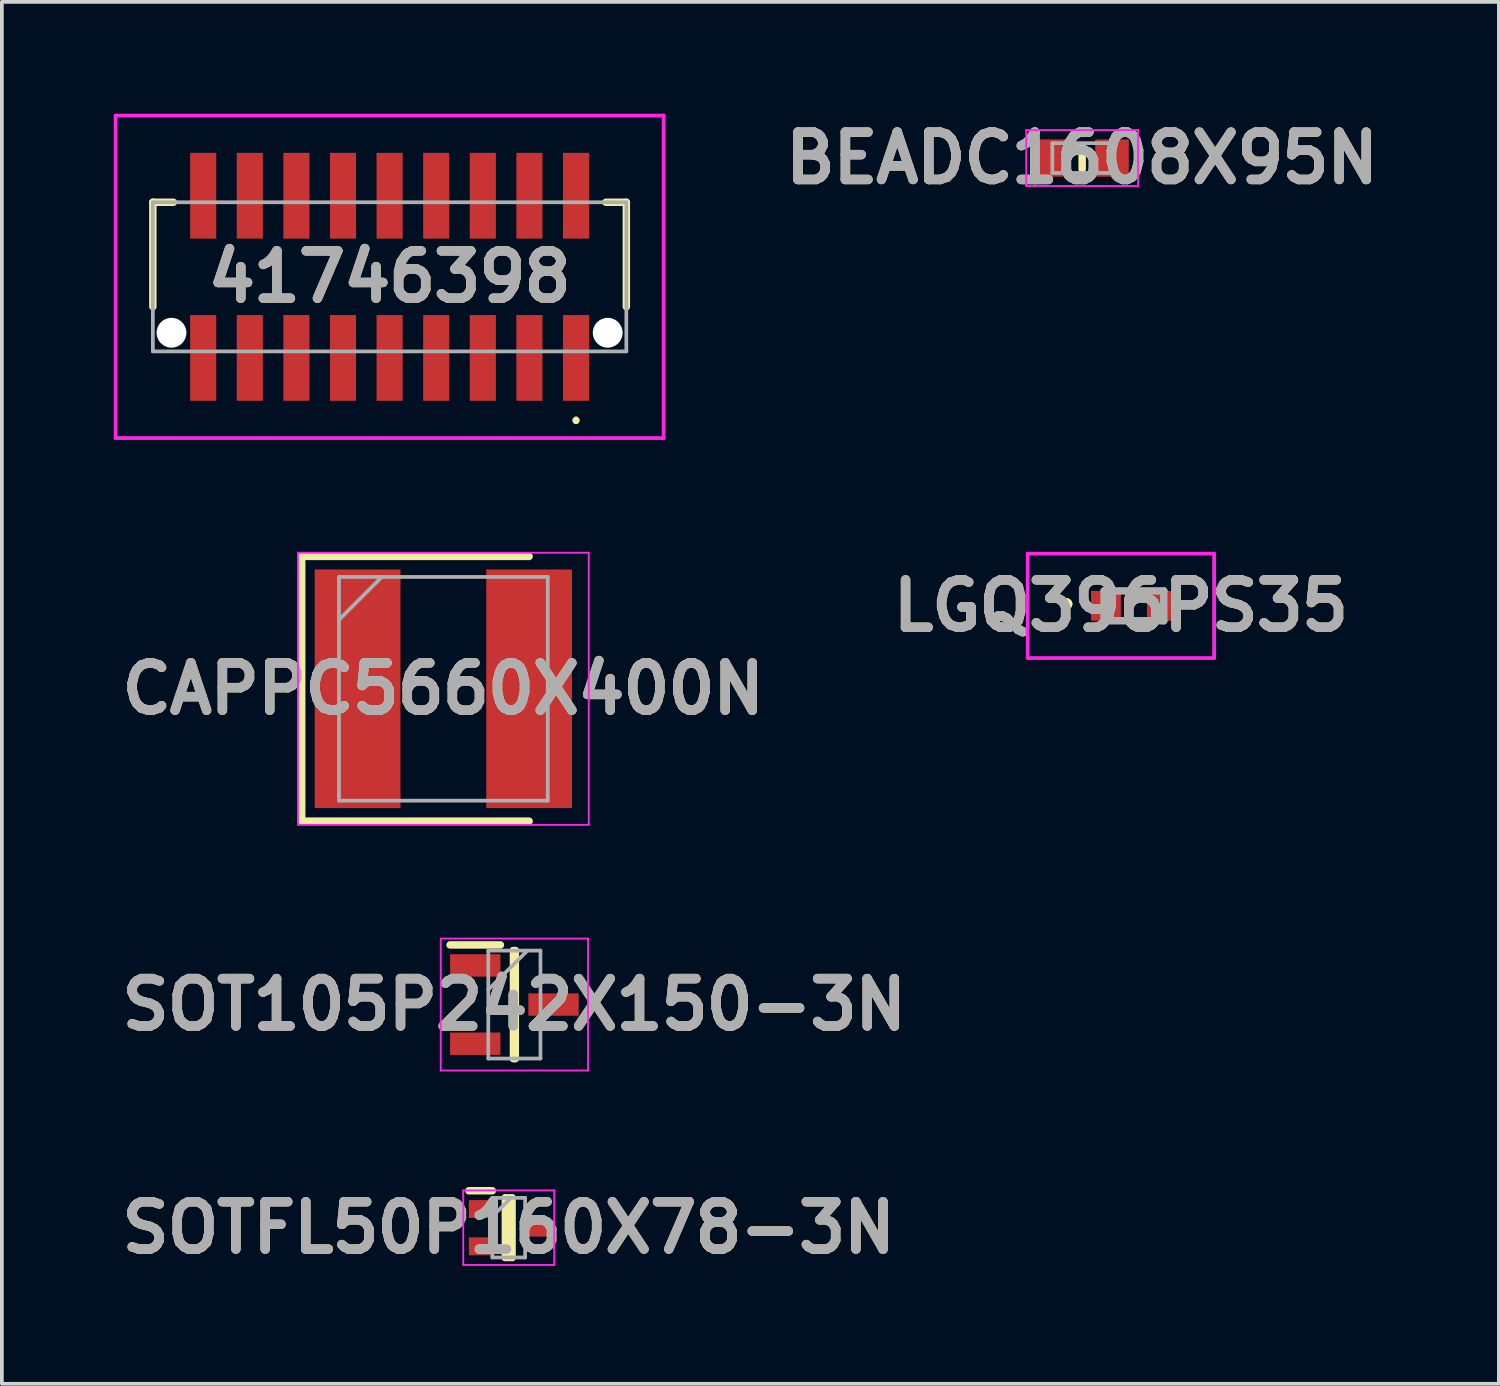
<source format=kicad_pcb>
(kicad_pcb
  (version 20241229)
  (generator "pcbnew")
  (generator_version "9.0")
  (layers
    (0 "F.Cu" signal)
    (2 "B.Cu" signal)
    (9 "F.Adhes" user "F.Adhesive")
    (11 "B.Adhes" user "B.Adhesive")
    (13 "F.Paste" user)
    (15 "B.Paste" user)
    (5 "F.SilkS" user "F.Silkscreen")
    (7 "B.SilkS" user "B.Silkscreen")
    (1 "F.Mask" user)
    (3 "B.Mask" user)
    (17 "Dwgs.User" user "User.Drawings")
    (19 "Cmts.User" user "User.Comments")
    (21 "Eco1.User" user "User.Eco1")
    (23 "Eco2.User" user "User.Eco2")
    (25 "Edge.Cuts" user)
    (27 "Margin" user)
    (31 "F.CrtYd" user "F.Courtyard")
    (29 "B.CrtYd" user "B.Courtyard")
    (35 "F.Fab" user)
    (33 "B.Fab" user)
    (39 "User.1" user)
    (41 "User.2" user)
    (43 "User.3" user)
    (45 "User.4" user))
  (footprint "SOT105P242X150-3N"
    (layer "F.Cu")
    (at 10.747 23.895)
    (property "Reference" "SOT105P242X150-3N" (at 0 0 0) (layer "F.SilkS") (effects (font (size 1.27 1.27) (thickness 0.254))))
    (attr smd)
    (fp_line (start -1.725 -1.6) (end -0.375 -1.6) (stroke (width 0.2) (type solid)) (layer "F.SilkS"))
    (fp_line (start -0.025 -1.448) (end 0.025 -1.448) (stroke (width 0.2) (type solid)) (layer "F.SilkS"))
    (fp_line (start -0.025 1.448) (end -0.025 -1.448) (stroke (width 0.2) (type solid)) (layer "F.SilkS"))
    (fp_line (start 0.025 -1.448) (end 0.025 1.448) (stroke (width 0.2) (type solid)) (layer "F.SilkS"))
    (fp_line (start 0.025 1.448) (end -0.025 1.448) (stroke (width 0.2) (type solid)) (layer "F.SilkS"))
    (fp_line (start -1.975 -1.77) (end 1.975 -1.77) (stroke (width 0.05) (type solid)) (layer "F.CrtYd"))
    (fp_line (start -1.975 1.77) (end -1.975 -1.77) (stroke (width 0.05) (type solid)) (layer "F.CrtYd"))
    (fp_line (start 1.975 -1.77) (end 1.975 1.77) (stroke (width 0.05) (type solid)) (layer "F.CrtYd"))
    (fp_line (start 1.975 1.77) (end -1.975 1.77) (stroke (width 0.05) (type solid)) (layer "F.CrtYd"))
    (fp_line (start -0.7 -1.448) (end 0.7 -1.448) (stroke (width 0.1) (type solid)) (layer "F.Fab"))
    (fp_line (start -0.7 -0.398) (end 0.35 -1.448) (stroke (width 0.1) (type solid)) (layer "F.Fab"))
    (fp_line (start -0.7 1.448) (end -0.7 -1.448) (stroke (width 0.1) (type solid)) (layer "F.Fab"))
    (fp_line (start 0.7 -1.448) (end 0.7 1.448) (stroke (width 0.1) (type solid)) (layer "F.Fab"))
    (fp_line (start 0.7 1.448) (end -0.7 1.448) (stroke (width 0.1) (type solid)) (layer "F.Fab"))
    (fp_text user "${REFERENCE}" (at 0 0 0) (layer "F.Fab") (effects (font (size 1.27 1.27) (thickness 0.254))))
    (pad "1" smd rect (at -1.05 -1.05 90) (size 0.6 1.35) (layers "F.Cu" "F.Mask" "F.Paste"))
    (pad "2" smd rect (at -1.05 1.05 90) (size 0.6 1.35) (layers "F.Cu" "F.Mask" "F.Paste"))
    (pad "3" smd rect (at 1.05 0 90) (size 0.6 1.35) (layers "F.Cu" "F.Mask" "F.Paste")))
  (footprint "BEADC1608X95N"
    (layer "F.Cu")
    (at 25.976 1.189)
    (property "Reference" "BEADC1608X95N" (at 0 0 0) (layer "F.SilkS") (effects (font (size 1.27 1.27) (thickness 0.254))))
    (attr smd)
    (fp_line (start 0 -0.3) (end 0 0.3) (stroke (width 0.2) (type solid)) (layer "F.SilkS"))
    (fp_line (start -1.5 -0.75) (end 1.5 -0.75) (stroke (width 0.05) (type solid)) (layer "F.CrtYd"))
    (fp_line (start -1.5 0.75) (end -1.5 -0.75) (stroke (width 0.05) (type solid)) (layer "F.CrtYd"))
    (fp_line (start 1.5 -0.75) (end 1.5 0.75) (stroke (width 0.05) (type solid)) (layer "F.CrtYd"))
    (fp_line (start 1.5 0.75) (end -1.5 0.75) (stroke (width 0.05) (type solid)) (layer "F.CrtYd"))
    (fp_line (start -0.8 -0.4) (end 0.8 -0.4) (stroke (width 0.1) (type solid)) (layer "F.Fab"))
    (fp_line (start -0.8 0.4) (end -0.8 -0.4) (stroke (width 0.1) (type solid)) (layer "F.Fab"))
    (fp_line (start 0.8 -0.4) (end 0.8 0.4) (stroke (width 0.1) (type solid)) (layer "F.Fab"))
    (fp_line (start 0.8 0.4) (end -0.8 0.4) (stroke (width 0.1) (type solid)) (layer "F.Fab"))
    (fp_text user "${REFERENCE}" (at 0 0 0) (layer "F.Fab") (effects (font (size 1.27 1.27) (thickness 0.254))))
    (pad "1" smd rect (at -0.8 0) (size 0.9 1) (layers "F.Cu" "F.Mask" "F.Paste"))
    (pad "2" smd rect (at 0.8 0) (size 0.9 1) (layers "F.Cu" "F.Mask" "F.Paste")))
  (footprint "41746398"
    (layer "F.Cu")
    (at 7.4 4.375)
    (property "Reference" "41746398" (at 0 0 0) (layer "F.SilkS") (effects (font (size 1.27 1.27) (thickness 0.254))))
    (attr through_hole)
    (fp_line (start -6.35 -2) (end -6.35 0.8) (stroke (width 0.2) (type solid)) (layer "F.SilkS"))
    (fp_line (start -5.8 -2) (end -6.35 -2) (stroke (width 0.2) (type solid)) (layer "F.SilkS"))
    (fp_line (start 5 3.8) (end 5 3.8) (stroke (width 0.1) (type solid)) (layer "F.SilkS"))
    (fp_line (start 5 3.9) (end 5 3.9) (stroke (width 0.1) (type solid)) (layer "F.SilkS"))
    (fp_line (start 5.8 -2) (end 6.35 -2) (stroke (width 0.2) (type solid)) (layer "F.SilkS"))
    (fp_line (start 6.35 -2) (end 6.35 0.8) (stroke (width 0.2) (type solid)) (layer "F.SilkS"))
    (fp_arc (start 5 3.8) (mid 5.05 3.85) (end 5 3.9) (stroke (width 0.1) (type solid)) (layer "F.SilkS"))
    (fp_arc (start 5 3.9) (mid 4.95 3.85) (end 5 3.8) (stroke (width 0.1) (type solid)) (layer "F.SilkS"))
    (fp_line (start -7.35 -4.325) (end 7.35 -4.325) (stroke (width 0.1) (type solid)) (layer "F.CrtYd"))
    (fp_line (start -7.35 4.325) (end -7.35 -4.325) (stroke (width 0.1) (type solid)) (layer "F.CrtYd"))
    (fp_line (start 7.35 -4.325) (end 7.35 4.325) (stroke (width 0.1) (type solid)) (layer "F.CrtYd"))
    (fp_line (start 7.35 4.325) (end -7.35 4.325) (stroke (width 0.1) (type solid)) (layer "F.CrtYd"))
    (fp_line (start -6.35 -2) (end 6.35 -2) (stroke (width 0.1) (type solid)) (layer "F.Fab"))
    (fp_line (start -6.35 2) (end -6.35 -2) (stroke (width 0.1) (type solid)) (layer "F.Fab"))
    (fp_line (start 6.35 -2) (end 6.35 2) (stroke (width 0.1) (type solid)) (layer "F.Fab"))
    (fp_line (start 6.35 2) (end -6.35 2) (stroke (width 0.1) (type solid)) (layer "F.Fab"))
    (fp_text user "${REFERENCE}" (at 0 0 0) (layer "F.Fab") (effects (font (size 1.27 1.27) (thickness 0.254))))
    (pad "" np_thru_hole circle (at -5.85 1.5) (size 0.8 0.8) (drill 0.8) (layers "*.Cu" "*.Mask"))
    (pad "" np_thru_hole circle (at 5.85 1.5) (size 0.8 0.8) (drill 0.8) (layers "*.Cu" "*.Mask"))
    (pad "1" smd rect (at 5 2.175) (size 0.7 2.3) (layers "F.Cu" "F.Mask" "F.Paste"))
    (pad "2" smd rect (at 5 -2.175) (size 0.7 2.3) (layers "F.Cu" "F.Mask" "F.Paste"))
    (pad "3" smd rect (at 3.75 2.175) (size 0.7 2.3) (layers "F.Cu" "F.Mask" "F.Paste"))
    (pad "4" smd rect (at 3.75 -2.175) (size 0.7 2.3) (layers "F.Cu" "F.Mask" "F.Paste"))
    (pad "5" smd rect (at 2.5 2.175) (size 0.7 2.3) (layers "F.Cu" "F.Mask" "F.Paste"))
    (pad "6" smd rect (at 2.5 -2.175) (size 0.7 2.3) (layers "F.Cu" "F.Mask" "F.Paste"))
    (pad "7" smd rect (at 1.25 2.175) (size 0.7 2.3) (layers "F.Cu" "F.Mask" "F.Paste"))
    (pad "8" smd rect (at 1.25 -2.175) (size 0.7 2.3) (layers "F.Cu" "F.Mask" "F.Paste"))
    (pad "9" smd rect (at 0 2.175) (size 0.7 2.3) (layers "F.Cu" "F.Mask" "F.Paste"))
    (pad "10" smd rect (at 0 -2.175) (size 0.7 2.3) (layers "F.Cu" "F.Mask" "F.Paste"))
    (pad "11" smd rect (at -1.25 2.175) (size 0.7 2.3) (layers "F.Cu" "F.Mask" "F.Paste"))
    (pad "12" smd rect (at -1.25 -2.175) (size 0.7 2.3) (layers "F.Cu" "F.Mask" "F.Paste"))
    (pad "13" smd rect (at -2.5 2.175) (size 0.7 2.3) (layers "F.Cu" "F.Mask" "F.Paste"))
    (pad "14" smd rect (at -2.5 -2.175) (size 0.7 2.3) (layers "F.Cu" "F.Mask" "F.Paste"))
    (pad "15" smd rect (at -3.75 2.175) (size 0.7 2.3) (layers "F.Cu" "F.Mask" "F.Paste"))
    (pad "16" smd rect (at -3.75 -2.175) (size 0.7 2.3) (layers "F.Cu" "F.Mask" "F.Paste"))
    (pad "17" smd rect (at -5 2.175) (size 0.7 2.3) (layers "F.Cu" "F.Mask" "F.Paste"))
    (pad "18" smd rect (at -5 -2.175) (size 0.7 2.3) (layers "F.Cu" "F.Mask" "F.Paste")))
  (footprint "CAPPC5660X400N"
    (layer "F.Cu")
    (at 8.842 15.425)
    (property "Reference" "CAPPC5660X400N" (at 0 0 0) (layer "F.SilkS") (effects (font (size 1.27 1.27) (thickness 0.254))))
    (attr smd)
    (fp_line (start -3.8 -3.55) (end -3.8 3.55) (stroke (width 0.2) (type solid)) (layer "F.SilkS"))
    (fp_line (start -3.8 3.55) (end 2.3 3.55) (stroke (width 0.2) (type solid)) (layer "F.SilkS"))
    (fp_line (start 2.3 -3.55) (end -3.8 -3.55) (stroke (width 0.2) (type solid)) (layer "F.SilkS"))
    (fp_line (start -3.9 -3.65) (end 3.9 -3.65) (stroke (width 0.05) (type solid)) (layer "F.CrtYd"))
    (fp_line (start -3.9 3.65) (end -3.9 -3.65) (stroke (width 0.05) (type solid)) (layer "F.CrtYd"))
    (fp_line (start 3.9 -3.65) (end 3.9 3.65) (stroke (width 0.05) (type solid)) (layer "F.CrtYd"))
    (fp_line (start 3.9 3.65) (end -3.9 3.65) (stroke (width 0.05) (type solid)) (layer "F.CrtYd"))
    (fp_line (start -2.8 -3) (end 2.8 -3) (stroke (width 0.1) (type solid)) (layer "F.Fab"))
    (fp_line (start -2.8 -1.85) (end -1.65 -3) (stroke (width 0.1) (type solid)) (layer "F.Fab"))
    (fp_line (start -2.8 3) (end -2.8 -3) (stroke (width 0.1) (type solid)) (layer "F.Fab"))
    (fp_line (start 2.8 -3) (end 2.8 3) (stroke (width 0.1) (type solid)) (layer "F.Fab"))
    (fp_line (start 2.8 3) (end -2.8 3) (stroke (width 0.1) (type solid)) (layer "F.Fab"))
    (fp_text user "${REFERENCE}" (at 0 0 0) (layer "F.Fab") (effects (font (size 1.27 1.27) (thickness 0.254))))
    (pad "1" smd rect (at -2.3 0) (size 2.3 6.4) (layers "F.Cu" "F.Mask" "F.Paste"))
    (pad "2" smd rect (at 2.3 0) (size 2.3 6.4) (layers "F.Cu" "F.Mask" "F.Paste")))
  (footprint "SOTFL50P160X78-3N"
    (layer "F.Cu")
    (at 10.595 29.879)
    (property "Reference" "SOTFL50P160X78-3N" (at 0 0 0) (layer "F.SilkS") (effects (font (size 1.27 1.27) (thickness 0.254))))
    (attr smd)
    (fp_line (start -1.07 -0.99) (end -0.44 -0.99) (stroke (width 0.2) (type solid)) (layer "F.SilkS"))
    (fp_line (start -0.09 -0.8) (end 0.09 -0.8) (stroke (width 0.2) (type solid)) (layer "F.SilkS"))
    (fp_line (start -0.09 0.8) (end -0.09 -0.8) (stroke (width 0.2) (type solid)) (layer "F.SilkS"))
    (fp_line (start 0.09 -0.8) (end 0.09 0.8) (stroke (width 0.2) (type solid)) (layer "F.SilkS"))
    (fp_line (start 0.09 0.8) (end -0.09 0.8) (stroke (width 0.2) (type solid)) (layer "F.SilkS"))
    (fp_line (start -1.22 -1) (end 1.22 -1) (stroke (width 0.05) (type solid)) (layer "F.CrtYd"))
    (fp_line (start -1.22 1) (end -1.22 -1) (stroke (width 0.05) (type solid)) (layer "F.CrtYd"))
    (fp_line (start 1.22 -1) (end 1.22 1) (stroke (width 0.05) (type solid)) (layer "F.CrtYd"))
    (fp_line (start 1.22 1) (end -1.22 1) (stroke (width 0.05) (type solid)) (layer "F.CrtYd"))
    (fp_line (start -0.44 -0.8) (end 0.44 -0.8) (stroke (width 0.1) (type solid)) (layer "F.Fab"))
    (fp_line (start -0.44 -0.3) (end 0.06 -0.8) (stroke (width 0.1) (type solid)) (layer "F.Fab"))
    (fp_line (start -0.44 0.8) (end -0.44 -0.8) (stroke (width 0.1) (type solid)) (layer "F.Fab"))
    (fp_line (start 0.44 -0.8) (end 0.44 0.8) (stroke (width 0.1) (type solid)) (layer "F.Fab"))
    (fp_line (start 0.44 0.8) (end -0.44 0.8) (stroke (width 0.1) (type solid)) (layer "F.Fab"))
    (fp_text user "${REFERENCE}" (at 0 0 0) (layer "F.Fab") (effects (font (size 1.27 1.27) (thickness 0.254))))
    (pad "1" smd rect (at -0.755 -0.5 90) (size 0.48 0.63) (layers "F.Cu" "F.Mask" "F.Paste"))
    (pad "2" smd rect (at -0.755 0.5 90) (size 0.48 0.63) (layers "F.Cu" "F.Mask" "F.Paste"))
    (pad "3" smd rect (at 0.755 0 90) (size 0.48 0.63) (layers "F.Cu" "F.Mask" "F.Paste")))
  (footprint "LGQ396PS35"
    (layer "F.Cu")
    (at 27.365 13.2)
    (property "Reference" "LGQ396PS35" (at -0.35 0 0) (layer "F.SilkS") (effects (font (size 1.27 1.27) (thickness 0.254))))
    (attr smd)
    (fp_line (start -1.8 -0.1) (end -1.8 -0.1) (stroke (width 0.2) (type solid)) (layer "F.SilkS"))
    (fp_line (start -1.8 0) (end -1.8 0) (stroke (width 0.2) (type solid)) (layer "F.SilkS"))
    (fp_line (start -1.8 0) (end -1.8 0) (stroke (width 0.2) (type solid)) (layer "F.SilkS"))
    (fp_arc (start -1.8 -0.1) (mid -1.75 -0.05) (end -1.8 0) (stroke (width 0.2) (type solid)) (layer "F.SilkS"))
    (fp_arc (start -1.8 -0.1) (mid -1.75 -0.05) (end -1.8 0) (stroke (width 0.2) (type solid)) (layer "F.SilkS"))
    (fp_arc (start -1.8 0) (mid -1.85 -0.05) (end -1.8 -0.1) (stroke (width 0.2) (type solid)) (layer "F.SilkS"))
    (fp_line (start -2.85 -1.4) (end 2.15 -1.4) (stroke (width 0.1) (type solid)) (layer "F.CrtYd"))
    (fp_line (start -2.85 1.4) (end -2.85 -1.4) (stroke (width 0.1) (type solid)) (layer "F.CrtYd"))
    (fp_line (start 2.15 -1.4) (end 2.15 1.4) (stroke (width 0.1) (type solid)) (layer "F.CrtYd"))
    (fp_line (start 2.15 1.4) (end -2.85 1.4) (stroke (width 0.1) (type solid)) (layer "F.CrtYd"))
    (fp_line (start -0.8 -0.4) (end -0.8 0.4) (stroke (width 0.2) (type solid)) (layer "F.Fab"))
    (fp_line (start -0.8 0.4) (end 0.8 0.4) (stroke (width 0.2) (type solid)) (layer "F.Fab"))
    (fp_line (start 0.8 -0.4) (end -0.8 -0.4) (stroke (width 0.2) (type solid)) (layer "F.Fab"))
    (fp_line (start 0.8 0.4) (end 0.8 -0.4) (stroke (width 0.2) (type solid)) (layer "F.Fab"))
    (fp_text user "${REFERENCE}" (at -0.35 0 0) (layer "F.Fab") (effects (font (size 1.27 1.27) (thickness 0.254))))
    (pad "1" smd rect (at -0.75 0 90) (size 0.8 0.8) (layers "F.Cu" "F.Mask" "F.Paste"))
    (pad "2" smd rect (at 0.75 0 90) (size 0.8 0.8) (layers "F.Cu" "F.Mask" "F.Paste")))
  (gr_rect
    (start -3 -3)
    (end 37.153 34.067)
    (stroke (width 0.1) (type default))
    (fill no)
    (layer "Edge.Cuts")))
</source>
